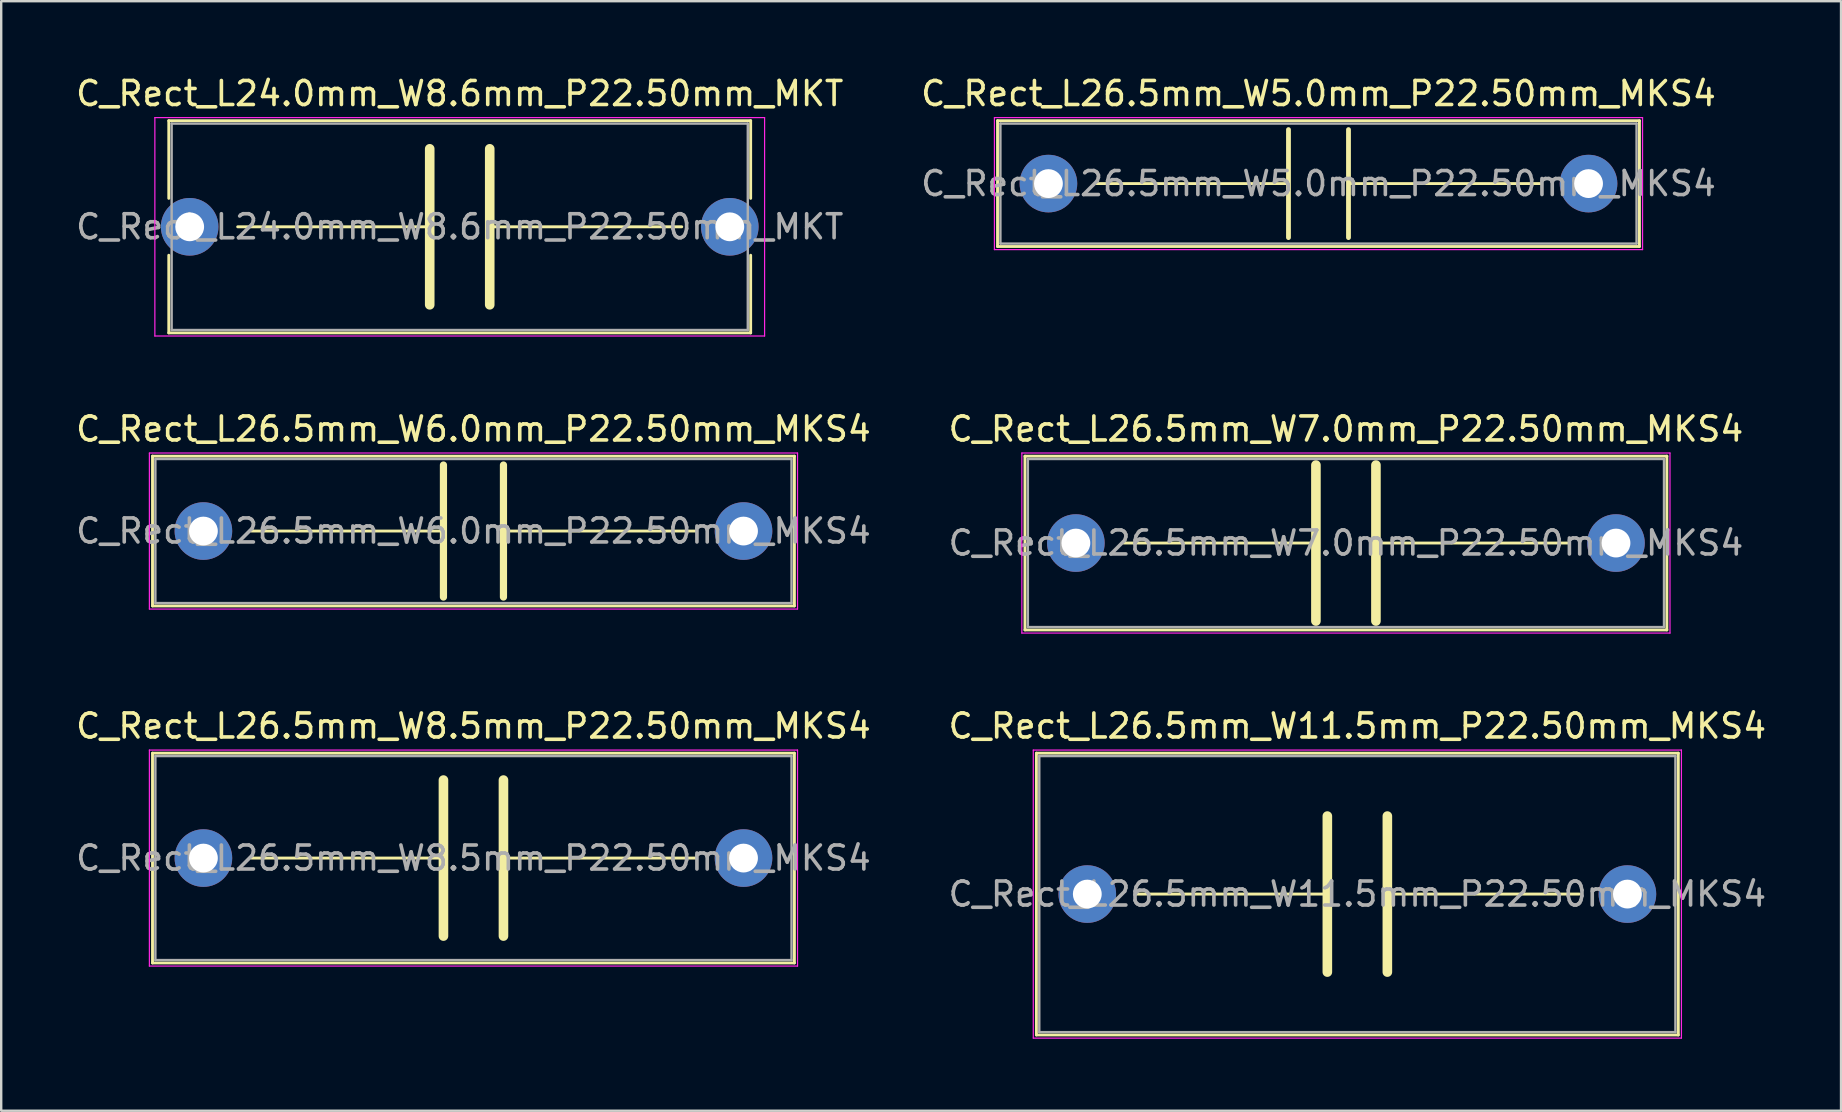
<source format=kicad_pcb>
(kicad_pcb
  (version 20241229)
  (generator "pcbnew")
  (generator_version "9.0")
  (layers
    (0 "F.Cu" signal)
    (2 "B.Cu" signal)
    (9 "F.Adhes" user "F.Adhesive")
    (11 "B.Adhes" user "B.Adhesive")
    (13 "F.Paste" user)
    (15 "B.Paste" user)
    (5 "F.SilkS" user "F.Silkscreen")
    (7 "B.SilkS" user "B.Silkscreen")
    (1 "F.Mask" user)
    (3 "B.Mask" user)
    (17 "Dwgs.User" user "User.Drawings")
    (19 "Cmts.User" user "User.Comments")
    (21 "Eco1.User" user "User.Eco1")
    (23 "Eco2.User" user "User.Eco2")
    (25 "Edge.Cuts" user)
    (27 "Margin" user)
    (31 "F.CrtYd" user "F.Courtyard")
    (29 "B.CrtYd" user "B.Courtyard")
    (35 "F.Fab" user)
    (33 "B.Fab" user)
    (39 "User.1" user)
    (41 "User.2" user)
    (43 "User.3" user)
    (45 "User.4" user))
  (footprint "C_Rect_L26.5mm_W6.0mm_P22.50mm_MKS4"
    (layer "F.Cu")
    (at 5.423 19.072)
    (property "Reference" "C_Rect_L26.5mm_W6.0mm_P22.50mm_MKS4" (at 11.25 -4.25 0) (layer "F.SilkS") (effects (font (size 1 1) (thickness 0.15))))
    (attr through_hole)
    (fp_line (start -2.12 -3.12) (end -2.12 3.12) (stroke (width 0.12) (type solid)) (layer "F.SilkS"))
    (fp_line (start -2.12 -3.12) (end 24.62 -3.12) (stroke (width 0.12) (type solid)) (layer "F.SilkS"))
    (fp_line (start -2.12 3.12) (end 24.62 3.12) (stroke (width 0.12) (type solid)) (layer "F.SilkS"))
    (fp_line (start 2 0) (end 10 0) (stroke (width 0.12) (type solid)) (layer "F.SilkS"))
    (fp_line (start 10 -2.75) (end 10 2.75) (stroke (width 0.3) (type solid)) (layer "F.SilkS"))
    (fp_line (start 12.5 -2.75) (end 12.5 2.75) (stroke (width 0.3) (type solid)) (layer "F.SilkS"))
    (fp_line (start 12.5 0) (end 20.5 0) (stroke (width 0.12) (type solid)) (layer "F.SilkS"))
    (fp_line (start 24.62 -3.12) (end 24.62 3.12) (stroke (width 0.12) (type solid)) (layer "F.SilkS"))
    (fp_line (start -2.25 -3.25) (end -2.25 3.25) (stroke (width 0.05) (type solid)) (layer "F.CrtYd"))
    (fp_line (start -2.25 3.25) (end 24.75 3.25) (stroke (width 0.05) (type solid)) (layer "F.CrtYd"))
    (fp_line (start 24.75 -3.25) (end -2.25 -3.25) (stroke (width 0.05) (type solid)) (layer "F.CrtYd"))
    (fp_line (start 24.75 3.25) (end 24.75 -3.25) (stroke (width 0.05) (type solid)) (layer "F.CrtYd"))
    (fp_line (start -2 -3) (end -2 3) (stroke (width 0.1) (type solid)) (layer "F.Fab"))
    (fp_line (start -2 3) (end 24.5 3) (stroke (width 0.1) (type solid)) (layer "F.Fab"))
    (fp_line (start 24.5 -3) (end -2 -3) (stroke (width 0.1) (type solid)) (layer "F.Fab"))
    (fp_line (start 24.5 3) (end 24.5 -3) (stroke (width 0.1) (type solid)) (layer "F.Fab"))
    (fp_text user "${REFERENCE}" (at 11.25 0 0) (layer "F.Fab") (effects (font (size 1 1) (thickness 0.15))))
    (pad "1" thru_hole circle (at 0 0) (size 2.4 2.4) (drill 1.2) (layers "*.Cu" "*.Mask"))
    (pad "2" thru_hole circle (at 22.5 0) (size 2.4 2.4) (drill 1.2) (layers "*.Cu" "*.Mask")))
  (footprint "C_Rect_L24.0mm_W8.6mm_P22.50mm_MKT"
    (layer "F.Cu")
    (at 4.851 6.398)
    (property "Reference" "C_Rect_L24.0mm_W8.6mm_P22.50mm_MKT" (at 11.25 -5.55 0) (layer "F.SilkS") (effects (font (size 1 1) (thickness 0.15))))
    (attr through_hole)
    (fp_line (start -0.87 -4.42) (end -0.87 -1.185) (stroke (width 0.12) (type solid)) (layer "F.SilkS"))
    (fp_line (start -0.87 -4.42) (end 23.37 -4.42) (stroke (width 0.12) (type solid)) (layer "F.SilkS"))
    (fp_line (start -0.87 1.185) (end -0.87 4.42) (stroke (width 0.12) (type solid)) (layer "F.SilkS"))
    (fp_line (start -0.87 4.42) (end 23.37 4.42) (stroke (width 0.12) (type solid)) (layer "F.SilkS"))
    (fp_line (start 2 0) (end 10 0) (stroke (width 0.12) (type solid)) (layer "F.SilkS"))
    (fp_line (start 10 -3.25) (end 10 3.25) (stroke (width 0.4) (type solid)) (layer "F.SilkS"))
    (fp_line (start 12.5 -3.25) (end 12.5 3.25) (stroke (width 0.4) (type solid)) (layer "F.SilkS"))
    (fp_line (start 12.5 0) (end 20.5 0) (stroke (width 0.12) (type solid)) (layer "F.SilkS"))
    (fp_line (start 23.37 -4.42) (end 23.37 -1.185) (stroke (width 0.12) (type solid)) (layer "F.SilkS"))
    (fp_line (start 23.37 1.185) (end 23.37 4.42) (stroke (width 0.12) (type solid)) (layer "F.SilkS"))
    (fp_line (start -1.45 -4.55) (end -1.45 4.55) (stroke (width 0.05) (type solid)) (layer "F.CrtYd"))
    (fp_line (start -1.45 4.55) (end 23.95 4.55) (stroke (width 0.05) (type solid)) (layer "F.CrtYd"))
    (fp_line (start 23.95 -4.55) (end -1.45 -4.55) (stroke (width 0.05) (type solid)) (layer "F.CrtYd"))
    (fp_line (start 23.95 4.55) (end 23.95 -4.55) (stroke (width 0.05) (type solid)) (layer "F.CrtYd"))
    (fp_line (start -0.75 -4.3) (end -0.75 4.3) (stroke (width 0.1) (type solid)) (layer "F.Fab"))
    (fp_line (start -0.75 4.3) (end 23.25 4.3) (stroke (width 0.1) (type solid)) (layer "F.Fab"))
    (fp_line (start 23.25 -4.3) (end -0.75 -4.3) (stroke (width 0.1) (type solid)) (layer "F.Fab"))
    (fp_line (start 23.25 4.3) (end 23.25 -4.3) (stroke (width 0.1) (type solid)) (layer "F.Fab"))
    (fp_text user "${REFERENCE}" (at 11.25 0 0) (layer "F.Fab") (effects (font (size 1 1) (thickness 0.15))))
    (pad "1" thru_hole circle (at 0 0) (size 2.4 2.4) (drill 1.2) (layers "*.Cu" "*.Mask"))
    (pad "2" thru_hole circle (at 22.5 0) (size 2.4 2.4) (drill 1.2) (layers "*.Cu" "*.Mask")))
  (footprint "C_Rect_L26.5mm_W8.5mm_P22.50mm_MKS4"
    (layer "F.Cu")
    (at 5.423 32.695)
    (property "Reference" "C_Rect_L26.5mm_W8.5mm_P22.50mm_MKS4" (at 11.25 -5.5 0) (layer "F.SilkS") (effects (font (size 1 1) (thickness 0.15))))
    (attr through_hole)
    (fp_line (start -2.12 -4.37) (end -2.12 4.37) (stroke (width 0.12) (type solid)) (layer "F.SilkS"))
    (fp_line (start -2.12 -4.37) (end 24.62 -4.37) (stroke (width 0.12) (type solid)) (layer "F.SilkS"))
    (fp_line (start -2.12 4.37) (end 24.62 4.37) (stroke (width 0.12) (type solid)) (layer "F.SilkS"))
    (fp_line (start 2 0) (end 10 0) (stroke (width 0.12) (type solid)) (layer "F.SilkS"))
    (fp_line (start 10 -3.25) (end 10 3.25) (stroke (width 0.4) (type solid)) (layer "F.SilkS"))
    (fp_line (start 12.5 -3.25) (end 12.5 3.25) (stroke (width 0.4) (type solid)) (layer "F.SilkS"))
    (fp_line (start 12.5 0) (end 20.5 0) (stroke (width 0.12) (type solid)) (layer "F.SilkS"))
    (fp_line (start 24.62 -4.37) (end 24.62 4.37) (stroke (width 0.12) (type solid)) (layer "F.SilkS"))
    (fp_line (start -2.25 -4.5) (end -2.25 4.5) (stroke (width 0.05) (type solid)) (layer "F.CrtYd"))
    (fp_line (start -2.25 4.5) (end 24.75 4.5) (stroke (width 0.05) (type solid)) (layer "F.CrtYd"))
    (fp_line (start 24.75 -4.5) (end -2.25 -4.5) (stroke (width 0.05) (type solid)) (layer "F.CrtYd"))
    (fp_line (start 24.75 4.5) (end 24.75 -4.5) (stroke (width 0.05) (type solid)) (layer "F.CrtYd"))
    (fp_line (start -2 -4.25) (end -2 4.25) (stroke (width 0.1) (type solid)) (layer "F.Fab"))
    (fp_line (start -2 4.25) (end 24.5 4.25) (stroke (width 0.1) (type solid)) (layer "F.Fab"))
    (fp_line (start 24.5 -4.25) (end -2 -4.25) (stroke (width 0.1) (type solid)) (layer "F.Fab"))
    (fp_line (start 24.5 4.25) (end 24.5 -4.25) (stroke (width 0.1) (type solid)) (layer "F.Fab"))
    (fp_text user "${REFERENCE}" (at 11.25 0 0) (layer "F.Fab") (effects (font (size 1 1) (thickness 0.15))))
    (pad "1" thru_hole circle (at 0 0) (size 2.4 2.4) (drill 1.2) (layers "*.Cu" "*.Mask"))
    (pad "2" thru_hole circle (at 22.5 0) (size 2.4 2.4) (drill 1.2) (layers "*.Cu" "*.Mask")))
  (footprint "C_Rect_L26.5mm_W5.0mm_P22.50mm_MKS4"
    (layer "F.Cu")
    (at 40.625 4.598)
    (property "Reference" "C_Rect_L26.5mm_W5.0mm_P22.50mm_MKS4" (at 11.25 -3.75 0) (layer "F.SilkS") (effects (font (size 1 1) (thickness 0.15))))
    (attr through_hole)
    (fp_line (start -2.12 -2.62) (end -2.12 2.62) (stroke (width 0.12) (type solid)) (layer "F.SilkS"))
    (fp_line (start -2.12 -2.62) (end 24.62 -2.62) (stroke (width 0.12) (type solid)) (layer "F.SilkS"))
    (fp_line (start -2.12 2.62) (end 24.62 2.62) (stroke (width 0.12) (type solid)) (layer "F.SilkS"))
    (fp_line (start 2 0) (end 10 0) (stroke (width 0.12) (type solid)) (layer "F.SilkS"))
    (fp_line (start 10 -2.25) (end 10 2.25) (stroke (width 0.2) (type solid)) (layer "F.SilkS"))
    (fp_line (start 12.5 -2.25) (end 12.5 2.25) (stroke (width 0.2) (type solid)) (layer "F.SilkS"))
    (fp_line (start 12.5 0) (end 20.5 0) (stroke (width 0.12) (type solid)) (layer "F.SilkS"))
    (fp_line (start 24.62 -2.62) (end 24.62 2.62) (stroke (width 0.12) (type solid)) (layer "F.SilkS"))
    (fp_line (start -2.25 -2.75) (end -2.25 2.75) (stroke (width 0.05) (type solid)) (layer "F.CrtYd"))
    (fp_line (start -2.25 2.75) (end 24.75 2.75) (stroke (width 0.05) (type solid)) (layer "F.CrtYd"))
    (fp_line (start 24.75 -2.75) (end -2.25 -2.75) (stroke (width 0.05) (type solid)) (layer "F.CrtYd"))
    (fp_line (start 24.75 2.75) (end 24.75 -2.75) (stroke (width 0.05) (type solid)) (layer "F.CrtYd"))
    (fp_line (start -2 -2.5) (end -2 2.5) (stroke (width 0.1) (type solid)) (layer "F.Fab"))
    (fp_line (start -2 2.5) (end 24.5 2.5) (stroke (width 0.1) (type solid)) (layer "F.Fab"))
    (fp_line (start 24.5 -2.5) (end -2 -2.5) (stroke (width 0.1) (type solid)) (layer "F.Fab"))
    (fp_line (start 24.5 2.5) (end 24.5 -2.5) (stroke (width 0.1) (type solid)) (layer "F.Fab"))
    (fp_text user "${REFERENCE}" (at 11.25 0 0) (layer "F.Fab") (effects (font (size 1 1) (thickness 0.15))))
    (pad "1" thru_hole circle (at 0 0) (size 2.4 2.4) (drill 1.2) (layers "*.Cu" "*.Mask"))
    (pad "2" thru_hole circle (at 22.5 0) (size 2.4 2.4) (drill 1.2) (layers "*.Cu" "*.Mask")))
  (footprint "C_Rect_L26.5mm_W11.5mm_P22.50mm_MKS4"
    (layer "F.Cu")
    (at 42.244 34.195)
    (property "Reference" "C_Rect_L26.5mm_W11.5mm_P22.50mm_MKS4" (at 11.25 -7 0) (layer "F.SilkS") (effects (font (size 1 1) (thickness 0.15))))
    (attr through_hole)
    (fp_line (start -2.12 -5.87) (end -2.12 5.87) (stroke (width 0.12) (type solid)) (layer "F.SilkS"))
    (fp_line (start -2.12 -5.87) (end 24.62 -5.87) (stroke (width 0.12) (type solid)) (layer "F.SilkS"))
    (fp_line (start -2.12 5.87) (end 24.62 5.87) (stroke (width 0.12) (type solid)) (layer "F.SilkS"))
    (fp_line (start 2 0) (end 10 0) (stroke (width 0.12) (type solid)) (layer "F.SilkS"))
    (fp_line (start 10 -3.25) (end 10 3.25) (stroke (width 0.4) (type solid)) (layer "F.SilkS"))
    (fp_line (start 12.5 -3.25) (end 12.5 3.25) (stroke (width 0.4) (type solid)) (layer "F.SilkS"))
    (fp_line (start 12.5 0) (end 20.5 0) (stroke (width 0.12) (type solid)) (layer "F.SilkS"))
    (fp_line (start 24.62 -5.87) (end 24.62 5.87) (stroke (width 0.12) (type solid)) (layer "F.SilkS"))
    (fp_line (start -2.25 -6) (end -2.25 6) (stroke (width 0.05) (type solid)) (layer "F.CrtYd"))
    (fp_line (start -2.25 6) (end 24.75 6) (stroke (width 0.05) (type solid)) (layer "F.CrtYd"))
    (fp_line (start 24.75 -6) (end -2.25 -6) (stroke (width 0.05) (type solid)) (layer "F.CrtYd"))
    (fp_line (start 24.75 6) (end 24.75 -6) (stroke (width 0.05) (type solid)) (layer "F.CrtYd"))
    (fp_line (start -2 -5.75) (end -2 5.75) (stroke (width 0.1) (type solid)) (layer "F.Fab"))
    (fp_line (start -2 5.75) (end 24.5 5.75) (stroke (width 0.1) (type solid)) (layer "F.Fab"))
    (fp_line (start 24.5 -5.75) (end -2 -5.75) (stroke (width 0.1) (type solid)) (layer "F.Fab"))
    (fp_line (start 24.5 5.75) (end 24.5 -5.75) (stroke (width 0.1) (type solid)) (layer "F.Fab"))
    (fp_text user "${REFERENCE}" (at 11.25 0 0) (layer "F.Fab") (effects (font (size 1 1) (thickness 0.15))))
    (pad "1" thru_hole circle (at 0 0) (size 2.4 2.4) (drill 1.2) (layers "*.Cu" "*.Mask"))
    (pad "2" thru_hole circle (at 22.5 0) (size 2.4 2.4) (drill 1.2) (layers "*.Cu" "*.Mask")))
  (footprint "C_Rect_L26.5mm_W7.0mm_P22.50mm_MKS4"
    (layer "F.Cu")
    (at 41.768 19.572)
    (property "Reference" "C_Rect_L26.5mm_W7.0mm_P22.50mm_MKS4" (at 11.25 -4.75 0) (layer "F.SilkS") (effects (font (size 1 1) (thickness 0.15))))
    (attr through_hole)
    (fp_line (start -2.12 -3.62) (end -2.12 3.62) (stroke (width 0.12) (type solid)) (layer "F.SilkS"))
    (fp_line (start -2.12 -3.62) (end 24.62 -3.62) (stroke (width 0.12) (type solid)) (layer "F.SilkS"))
    (fp_line (start -2.12 3.62) (end 24.62 3.62) (stroke (width 0.12) (type solid)) (layer "F.SilkS"))
    (fp_line (start 2 0) (end 10 0) (stroke (width 0.12) (type solid)) (layer "F.SilkS"))
    (fp_line (start 10 -3.25) (end 10 3.25) (stroke (width 0.4) (type solid)) (layer "F.SilkS"))
    (fp_line (start 12.5 -3.25) (end 12.5 3.25) (stroke (width 0.4) (type solid)) (layer "F.SilkS"))
    (fp_line (start 12.5 0) (end 20.5 0) (stroke (width 0.12) (type solid)) (layer "F.SilkS"))
    (fp_line (start 24.62 -3.62) (end 24.62 3.62) (stroke (width 0.12) (type solid)) (layer "F.SilkS"))
    (fp_line (start -2.25 -3.75) (end -2.25 3.75) (stroke (width 0.05) (type solid)) (layer "F.CrtYd"))
    (fp_line (start -2.25 3.75) (end 24.75 3.75) (stroke (width 0.05) (type solid)) (layer "F.CrtYd"))
    (fp_line (start 24.75 -3.75) (end -2.25 -3.75) (stroke (width 0.05) (type solid)) (layer "F.CrtYd"))
    (fp_line (start 24.75 3.75) (end 24.75 -3.75) (stroke (width 0.05) (type solid)) (layer "F.CrtYd"))
    (fp_line (start -2 -3.5) (end -2 3.5) (stroke (width 0.1) (type solid)) (layer "F.Fab"))
    (fp_line (start -2 3.5) (end 24.5 3.5) (stroke (width 0.1) (type solid)) (layer "F.Fab"))
    (fp_line (start 24.5 -3.5) (end -2 -3.5) (stroke (width 0.1) (type solid)) (layer "F.Fab"))
    (fp_line (start 24.5 3.5) (end 24.5 -3.5) (stroke (width 0.1) (type solid)) (layer "F.Fab"))
    (fp_text user "${REFERENCE}" (at 11.25 0 0) (layer "F.Fab") (effects (font (size 1 1) (thickness 0.15))))
    (pad "1" thru_hole circle (at 0 0) (size 2.4 2.4) (drill 1.2) (layers "*.Cu" "*.Mask"))
    (pad "2" thru_hole circle (at 22.5 0) (size 2.4 2.4) (drill 1.2) (layers "*.Cu" "*.Mask")))
  (gr_rect
    (start -3 -3)
    (end 73.643 43.22)
    (stroke (width 0.1) (type default))
    (fill no)
    (layer "Edge.Cuts")))
</source>
